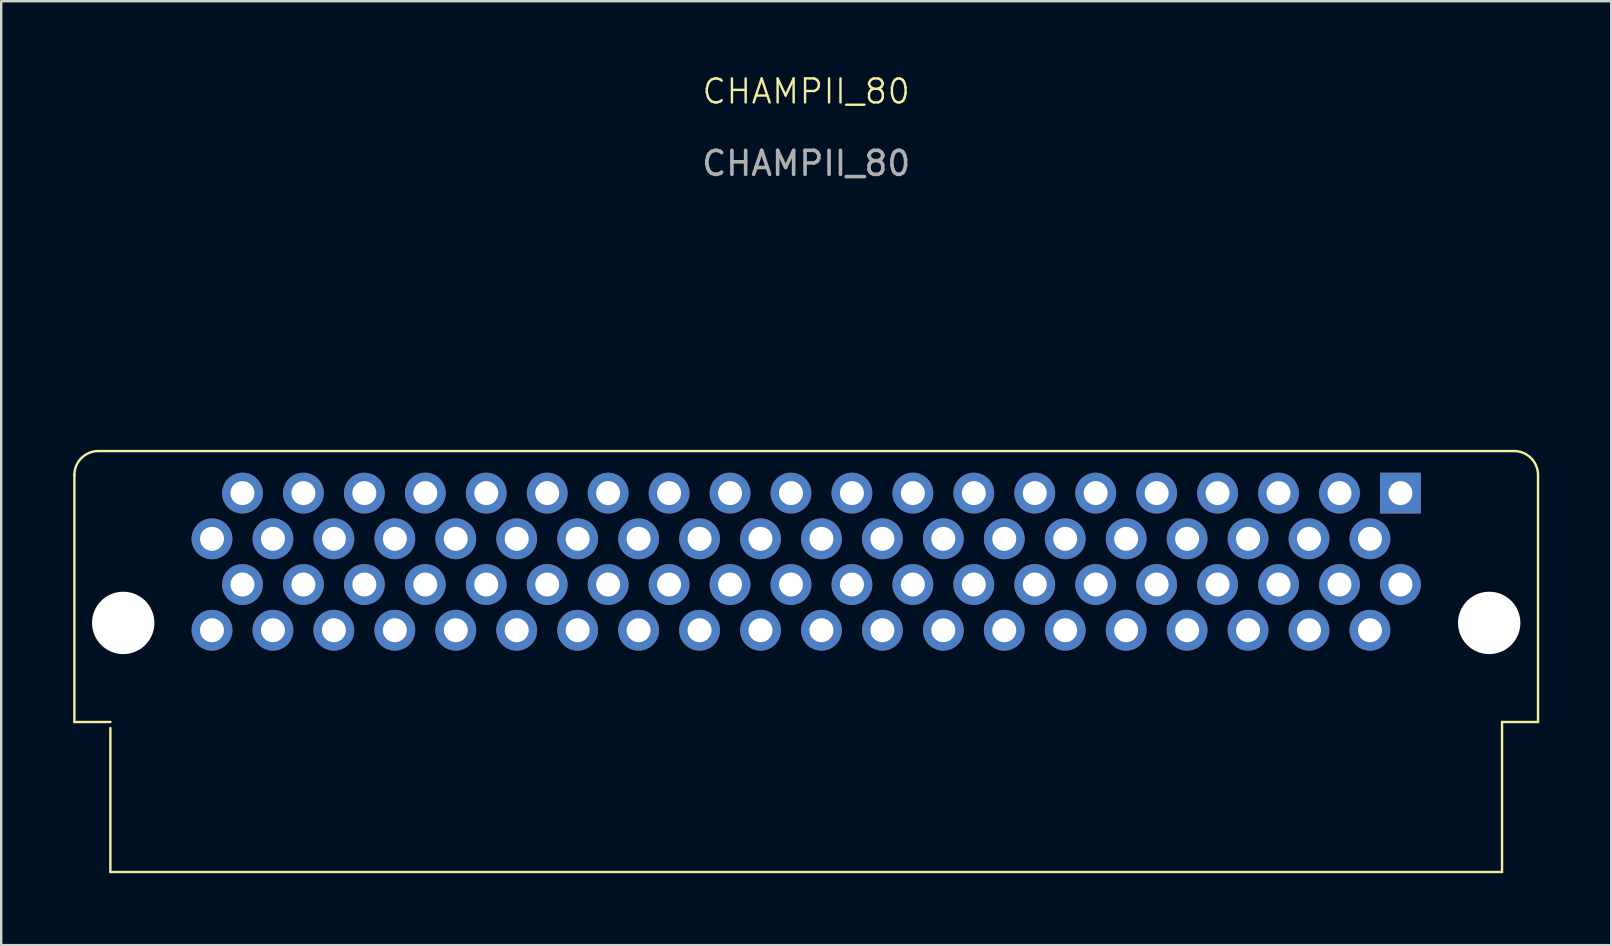
<source format=kicad_pcb>
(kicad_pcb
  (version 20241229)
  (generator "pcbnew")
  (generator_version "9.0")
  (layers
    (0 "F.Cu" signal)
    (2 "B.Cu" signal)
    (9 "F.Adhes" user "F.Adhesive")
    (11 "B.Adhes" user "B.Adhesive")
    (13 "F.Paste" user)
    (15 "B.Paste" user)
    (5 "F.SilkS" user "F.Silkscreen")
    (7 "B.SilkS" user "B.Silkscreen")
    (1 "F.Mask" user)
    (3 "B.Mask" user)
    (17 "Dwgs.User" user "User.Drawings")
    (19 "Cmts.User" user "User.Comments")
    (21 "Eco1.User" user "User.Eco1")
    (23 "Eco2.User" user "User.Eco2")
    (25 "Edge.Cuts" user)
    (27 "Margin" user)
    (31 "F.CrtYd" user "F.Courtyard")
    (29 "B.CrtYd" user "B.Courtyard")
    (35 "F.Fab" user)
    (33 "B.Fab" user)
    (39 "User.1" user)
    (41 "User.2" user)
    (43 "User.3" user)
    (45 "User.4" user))
  (footprint "CHAMPII_80"
    (layer "F.Cu")
    (at 30.55 20.041)
    (property "Reference" "CHAMPII_80" (at 0 -19.28 0) (unlocked yes) (layer "F.SilkS") (effects (font (size 1 1) (thickness 0.1))))
    (attr through_hole)
    (fp_line (start -30.5 -3.293) (end -30.5 7) (stroke (width 0.1) (type default)) (layer "F.SilkS"))
    (fp_line (start -30.5 7) (end -29 7) (stroke (width 0.1) (type default)) (layer "F.SilkS"))
    (fp_line (start -29.5 -4.293) (end 29.5 -4.293) (stroke (width 0.1) (type default)) (layer "F.SilkS"))
    (fp_line (start -29 7.25) (end -29 13.25) (stroke (width 0.1) (type default)) (layer "F.SilkS"))
    (fp_line (start -29 13.25) (end 29 13.25) (stroke (width 0.1) (type default)) (layer "F.SilkS"))
    (fp_line (start 29 7) (end 29 13.25) (stroke (width 0.1) (type default)) (layer "F.SilkS"))
    (fp_line (start 30.5 -3.293) (end 30.5 7) (stroke (width 0.1) (type default)) (layer "F.SilkS"))
    (fp_line (start 30.5 7) (end 29 7) (stroke (width 0.1) (type default)) (layer "F.SilkS"))
    (fp_arc (start -30.5 -3.292893) (mid -30.207107 -4) (end -29.5 -4.292893) (stroke (width 0.1) (type default)) (layer "F.SilkS"))
    (fp_arc (start 29.5 -4.292893) (mid 30.207107 -4) (end 30.5 -3.292893) (stroke (width 0.1) (type default)) (layer "F.SilkS"))
    (fp_text user "${REFERENCE}" (at 0 -16.28 0) (unlocked yes) (layer "F.Fab") (effects (font (size 1 1) (thickness 0.15))))
    (pad "" np_thru_hole circle (at -28.465 2.87) (size 2.6 2.6) (drill 2.6) (layers "*.Cu" "*.Mask"))
    (pad "" np_thru_hole circle (at 28.465 2.87) (size 2.6 2.6) (drill 2.6) (layers "*.Cu" "*.Mask"))
    (pad "1" thru_hole rect (at 24.765 -2.54 270) (size 1.7 1.7) (drill 1) (layers "*.Cu" "*.Mask"))
    (pad "2" thru_hole oval (at 23.495 -0.635 270) (size 1.7 1.7) (drill 1) (layers "*.Cu" "*.Mask"))
    (pad "3" thru_hole oval (at 22.225 -2.54 270) (size 1.7 1.7) (drill 1) (layers "*.Cu" "*.Mask"))
    (pad "4" thru_hole oval (at 20.955 -0.635 270) (size 1.7 1.7) (drill 1) (layers "*.Cu" "*.Mask"))
    (pad "5" thru_hole oval (at 19.685 -2.54 270) (size 1.7 1.7) (drill 1) (layers "*.Cu" "*.Mask"))
    (pad "6" thru_hole oval (at 18.415 -0.635 270) (size 1.7 1.7) (drill 1) (layers "*.Cu" "*.Mask"))
    (pad "7" thru_hole oval (at 17.145 -2.54 270) (size 1.7 1.7) (drill 1) (layers "*.Cu" "*.Mask"))
    (pad "8" thru_hole oval (at 15.875 -0.635 270) (size 1.7 1.7) (drill 1) (layers "*.Cu" "*.Mask"))
    (pad "9" thru_hole oval (at 14.605 -2.54 270) (size 1.7 1.7) (drill 1) (layers "*.Cu" "*.Mask"))
    (pad "10" thru_hole oval (at 13.335 -0.635 270) (size 1.7 1.7) (drill 1) (layers "*.Cu" "*.Mask"))
    (pad "11" thru_hole oval (at 12.065 -2.54 270) (size 1.7 1.7) (drill 1) (layers "*.Cu" "*.Mask"))
    (pad "12" thru_hole oval (at 10.795 -0.635 270) (size 1.7 1.7) (drill 1) (layers "*.Cu" "*.Mask"))
    (pad "13" thru_hole oval (at 9.525 -2.54 270) (size 1.7 1.7) (drill 1) (layers "*.Cu" "*.Mask"))
    (pad "14" thru_hole oval (at 8.255 -0.635 270) (size 1.7 1.7) (drill 1) (layers "*.Cu" "*.Mask"))
    (pad "15" thru_hole oval (at 6.985 -2.54 270) (size 1.7 1.7) (drill 1) (layers "*.Cu" "*.Mask"))
    (pad "16" thru_hole oval (at 5.715 -0.635 270) (size 1.7 1.7) (drill 1) (layers "*.Cu" "*.Mask"))
    (pad "17" thru_hole oval (at 4.445 -2.54 270) (size 1.7 1.7) (drill 1) (layers "*.Cu" "*.Mask"))
    (pad "18" thru_hole oval (at 3.175 -0.635 270) (size 1.7 1.7) (drill 1) (layers "*.Cu" "*.Mask"))
    (pad "19" thru_hole oval (at 1.905 -2.54 270) (size 1.7 1.7) (drill 1) (layers "*.Cu" "*.Mask"))
    (pad "20" thru_hole oval (at 0.635 -0.635 270) (size 1.7 1.7) (drill 1) (layers "*.Cu" "*.Mask"))
    (pad "21" thru_hole oval (at -0.635 -2.54 270) (size 1.7 1.7) (drill 1) (layers "*.Cu" "*.Mask"))
    (pad "22" thru_hole oval (at -1.905 -0.635 270) (size 1.7 1.7) (drill 1) (layers "*.Cu" "*.Mask"))
    (pad "23" thru_hole oval (at -3.175 -2.54 270) (size 1.7 1.7) (drill 1) (layers "*.Cu" "*.Mask"))
    (pad "24" thru_hole oval (at -4.445 -0.635 270) (size 1.7 1.7) (drill 1) (layers "*.Cu" "*.Mask"))
    (pad "25" thru_hole oval (at -5.715 -2.54 270) (size 1.7 1.7) (drill 1) (layers "*.Cu" "*.Mask"))
    (pad "26" thru_hole oval (at -6.985 -0.635 270) (size 1.7 1.7) (drill 1) (layers "*.Cu" "*.Mask"))
    (pad "27" thru_hole oval (at -8.255 -2.54 270) (size 1.7 1.7) (drill 1) (layers "*.Cu" "*.Mask"))
    (pad "28" thru_hole oval (at -9.525 -0.635 270) (size 1.7 1.7) (drill 1) (layers "*.Cu" "*.Mask"))
    (pad "29" thru_hole oval (at -10.795 -2.54 270) (size 1.7 1.7) (drill 1) (layers "*.Cu" "*.Mask"))
    (pad "30" thru_hole oval (at -12.065 -0.635 270) (size 1.7 1.7) (drill 1) (layers "*.Cu" "*.Mask"))
    (pad "31" thru_hole oval (at -13.335 -2.54 270) (size 1.7 1.7) (drill 1) (layers "*.Cu" "*.Mask"))
    (pad "32" thru_hole oval (at -14.605 -0.635 270) (size 1.7 1.7) (drill 1) (layers "*.Cu" "*.Mask"))
    (pad "33" thru_hole oval (at -15.875 -2.54 270) (size 1.7 1.7) (drill 1) (layers "*.Cu" "*.Mask"))
    (pad "34" thru_hole oval (at -17.145 -0.635 270) (size 1.7 1.7) (drill 1) (layers "*.Cu" "*.Mask"))
    (pad "35" thru_hole oval (at -18.415 -2.54 270) (size 1.7 1.7) (drill 1) (layers "*.Cu" "*.Mask"))
    (pad "36" thru_hole oval (at -19.685 -0.635 270) (size 1.7 1.7) (drill 1) (layers "*.Cu" "*.Mask"))
    (pad "37" thru_hole oval (at -20.955 -2.54 270) (size 1.7 1.7) (drill 1) (layers "*.Cu" "*.Mask"))
    (pad "38" thru_hole oval (at -22.225 -0.635 270) (size 1.7 1.7) (drill 1) (layers "*.Cu" "*.Mask"))
    (pad "39" thru_hole oval (at -23.495 -2.54 270) (size 1.7 1.7) (drill 1) (layers "*.Cu" "*.Mask"))
    (pad "40" thru_hole oval (at -24.765 -0.635 270) (size 1.7 1.7) (drill 1) (layers "*.Cu" "*.Mask"))
    (pad "41" thru_hole oval (at 24.765 1.27 270) (size 1.7 1.7) (drill 1) (layers "*.Cu" "*.Mask"))
    (pad "42" thru_hole oval (at 23.495 3.175 270) (size 1.7 1.7) (drill 1) (layers "*.Cu" "*.Mask"))
    (pad "43" thru_hole oval (at 22.225 1.27 270) (size 1.7 1.7) (drill 1) (layers "*.Cu" "*.Mask"))
    (pad "44" thru_hole oval (at 20.955 3.175 270) (size 1.7 1.7) (drill 1) (layers "*.Cu" "*.Mask"))
    (pad "45" thru_hole oval (at 19.685 1.27 270) (size 1.7 1.7) (drill 1) (layers "*.Cu" "*.Mask"))
    (pad "46" thru_hole oval (at 18.415 3.175 270) (size 1.7 1.7) (drill 1) (layers "*.Cu" "*.Mask"))
    (pad "47" thru_hole oval (at 17.145 1.27 270) (size 1.7 1.7) (drill 1) (layers "*.Cu" "*.Mask"))
    (pad "48" thru_hole oval (at 15.875 3.175 270) (size 1.7 1.7) (drill 1) (layers "*.Cu" "*.Mask"))
    (pad "49" thru_hole oval (at 14.605 1.27 270) (size 1.7 1.7) (drill 1) (layers "*.Cu" "*.Mask"))
    (pad "50" thru_hole oval (at 13.335 3.175 270) (size 1.7 1.7) (drill 1) (layers "*.Cu" "*.Mask"))
    (pad "51" thru_hole oval (at 12.065 1.27 270) (size 1.7 1.7) (drill 1) (layers "*.Cu" "*.Mask"))
    (pad "52" thru_hole oval (at 10.795 3.175 270) (size 1.7 1.7) (drill 1) (layers "*.Cu" "*.Mask"))
    (pad "53" thru_hole oval (at 9.525 1.27 270) (size 1.7 1.7) (drill 1) (layers "*.Cu" "*.Mask"))
    (pad "54" thru_hole oval (at 8.255 3.175 270) (size 1.7 1.7) (drill 1) (layers "*.Cu" "*.Mask"))
    (pad "55" thru_hole oval (at 6.985 1.27 270) (size 1.7 1.7) (drill 1) (layers "*.Cu" "*.Mask"))
    (pad "56" thru_hole oval (at 5.715 3.175 270) (size 1.7 1.7) (drill 1) (layers "*.Cu" "*.Mask"))
    (pad "57" thru_hole oval (at 4.445 1.27 270) (size 1.7 1.7) (drill 1) (layers "*.Cu" "*.Mask"))
    (pad "58" thru_hole oval (at 3.175 3.175 270) (size 1.7 1.7) (drill 1) (layers "*.Cu" "*.Mask"))
    (pad "59" thru_hole oval (at 1.905 1.27 270) (size 1.7 1.7) (drill 1) (layers "*.Cu" "*.Mask"))
    (pad "60" thru_hole oval (at 0.635 3.175 270) (size 1.7 1.7) (drill 1) (layers "*.Cu" "*.Mask"))
    (pad "61" thru_hole oval (at -0.635 1.27 270) (size 1.7 1.7) (drill 1) (layers "*.Cu" "*.Mask"))
    (pad "62" thru_hole oval (at -1.905 3.175 270) (size 1.7 1.7) (drill 1) (layers "*.Cu" "*.Mask"))
    (pad "63" thru_hole oval (at -3.175 1.27 270) (size 1.7 1.7) (drill 1) (layers "*.Cu" "*.Mask"))
    (pad "64" thru_hole oval (at -4.445 3.175 270) (size 1.7 1.7) (drill 1) (layers "*.Cu" "*.Mask"))
    (pad "65" thru_hole oval (at -5.715 1.27 270) (size 1.7 1.7) (drill 1) (layers "*.Cu" "*.Mask"))
    (pad "66" thru_hole oval (at -6.985 3.175 270) (size 1.7 1.7) (drill 1) (layers "*.Cu" "*.Mask"))
    (pad "67" thru_hole oval (at -8.255 1.27 270) (size 1.7 1.7) (drill 1) (layers "*.Cu" "*.Mask"))
    (pad "68" thru_hole oval (at -9.525 3.175 270) (size 1.7 1.7) (drill 1) (layers "*.Cu" "*.Mask"))
    (pad "69" thru_hole oval (at -10.795 1.27 270) (size 1.7 1.7) (drill 1) (layers "*.Cu" "*.Mask"))
    (pad "70" thru_hole oval (at -12.065 3.175 270) (size 1.7 1.7) (drill 1) (layers "*.Cu" "*.Mask"))
    (pad "71" thru_hole oval (at -13.335 1.27 270) (size 1.7 1.7) (drill 1) (layers "*.Cu" "*.Mask"))
    (pad "72" thru_hole oval (at -14.605 3.175 270) (size 1.7 1.7) (drill 1) (layers "*.Cu" "*.Mask"))
    (pad "73" thru_hole oval (at -15.875 1.27 270) (size 1.7 1.7) (drill 1) (layers "*.Cu" "*.Mask"))
    (pad "74" thru_hole oval (at -17.145 3.175 270) (size 1.7 1.7) (drill 1) (layers "*.Cu" "*.Mask"))
    (pad "75" thru_hole oval (at -18.415 1.27 270) (size 1.7 1.7) (drill 1) (layers "*.Cu" "*.Mask"))
    (pad "76" thru_hole oval (at -19.685 3.175 270) (size 1.7 1.7) (drill 1) (layers "*.Cu" "*.Mask"))
    (pad "77" thru_hole oval (at -20.955 1.27 270) (size 1.7 1.7) (drill 1) (layers "*.Cu" "*.Mask"))
    (pad "78" thru_hole oval (at -22.225 3.175 270) (size 1.7 1.7) (drill 1) (layers "*.Cu" "*.Mask"))
    (pad "79" thru_hole oval (at -23.495 1.27 270) (size 1.7 1.7) (drill 1) (layers "*.Cu" "*.Mask"))
    (pad "80" thru_hole oval (at -24.765 3.175 270) (size 1.7 1.7) (drill 1) (layers "*.Cu" "*.Mask")))
  (gr_rect
    (start -3 -3)
    (end 64.1 36.34)
    (stroke (width 0.1) (type default))
    (fill no)
    (layer "Edge.Cuts")))
</source>
